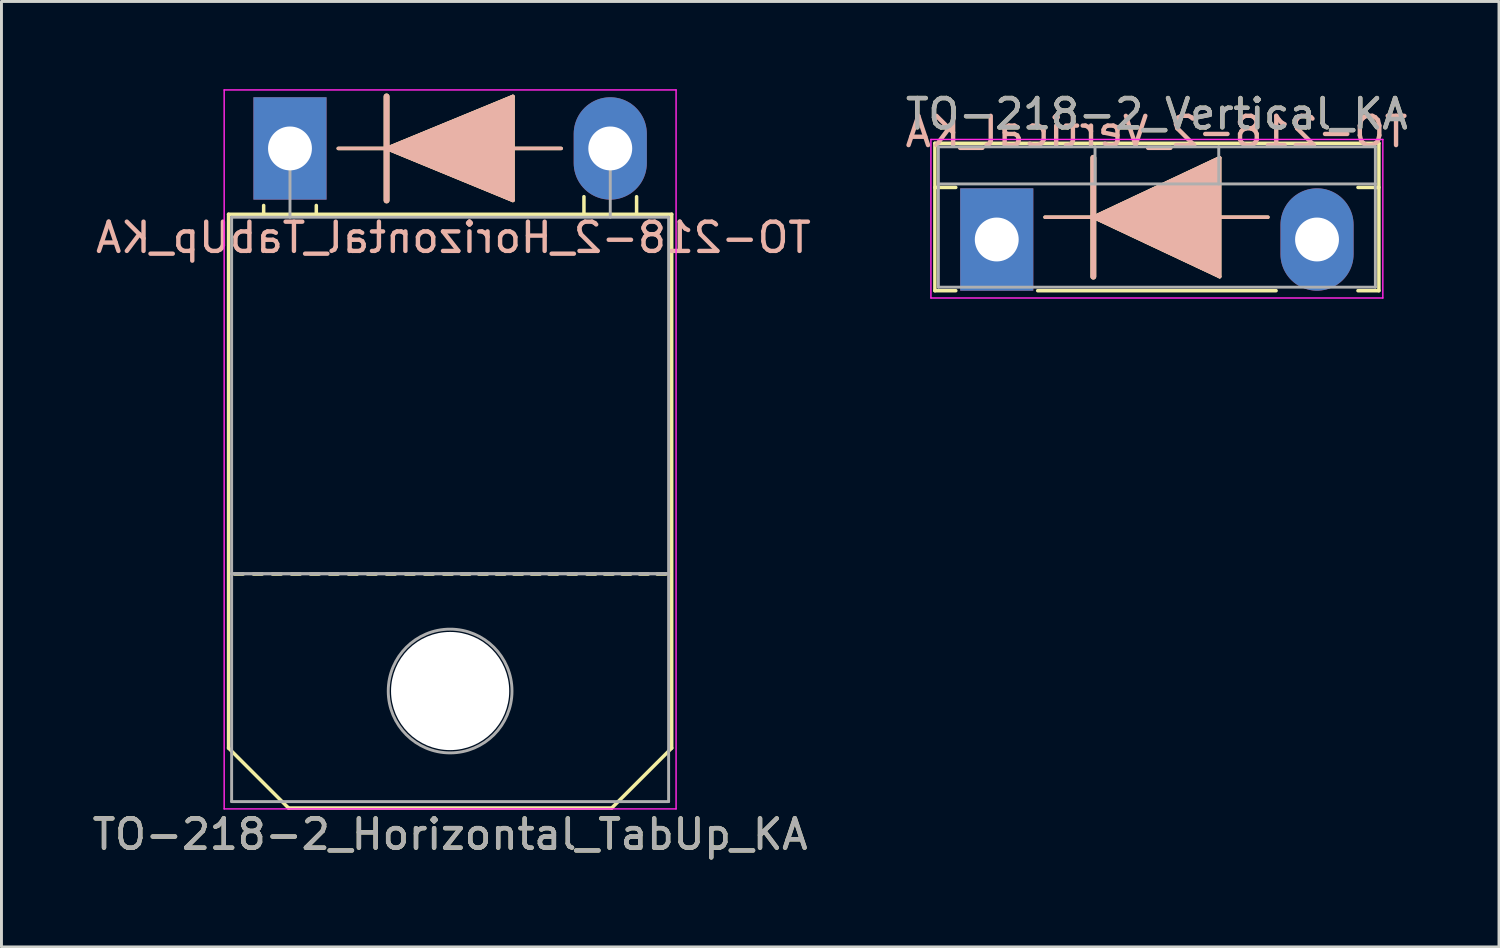
<source format=kicad_pcb>
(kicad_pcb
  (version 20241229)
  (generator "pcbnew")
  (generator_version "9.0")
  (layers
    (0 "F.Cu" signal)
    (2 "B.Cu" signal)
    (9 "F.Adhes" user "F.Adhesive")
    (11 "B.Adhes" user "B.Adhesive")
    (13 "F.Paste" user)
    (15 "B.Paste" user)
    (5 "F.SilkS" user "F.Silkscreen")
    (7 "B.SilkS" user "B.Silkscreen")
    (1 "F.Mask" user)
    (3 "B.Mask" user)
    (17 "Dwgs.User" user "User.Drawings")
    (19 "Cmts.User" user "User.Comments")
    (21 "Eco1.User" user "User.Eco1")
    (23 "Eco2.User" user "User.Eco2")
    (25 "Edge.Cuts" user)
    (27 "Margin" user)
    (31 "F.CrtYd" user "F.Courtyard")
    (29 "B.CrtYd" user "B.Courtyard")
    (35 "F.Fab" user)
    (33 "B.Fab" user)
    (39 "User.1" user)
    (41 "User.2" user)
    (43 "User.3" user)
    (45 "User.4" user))
  (footprint "TO-218-2_Vertical_KA"
    (layer "F.Cu")
    (at 31.027 5.138)
    (property "Reference" "TO-218-2_Vertical_KA" (at 5.475 -4.29 0) (layer "F.SilkS") (effects (font (size 1 1) (thickness 0.15))))
    (fp_line (start -2.115 -3.29) (end -2.115 1.75) (stroke (width 0.12) (type solid)) (layer "F.SilkS"))
    (fp_line (start -2.115 -3.29) (end 13.065 -3.29) (stroke (width 0.12) (type solid)) (layer "F.SilkS"))
    (fp_line (start -2.115 -1.78) (end -1.4 -1.78) (stroke (width 0.12) (type solid)) (layer "F.SilkS"))
    (fp_line (start -2.115 1.75) (end -1.4 1.75) (stroke (width 0.12) (type solid)) (layer "F.SilkS"))
    (fp_line (start 1.4 1.75) (end 9.55 1.75) (stroke (width 0.12) (type solid)) (layer "F.SilkS"))
    (fp_line (start 1.651 -0.762) (end 3.302 -0.762) (stroke (width 0.12) (type solid)) (layer "F.SilkS"))
    (fp_line (start 3.302 -0.762) (end 3.302 -2.794) (stroke (width 0.2) (type solid)) (layer "F.SilkS"))
    (fp_line (start 3.302 -0.762) (end 7.62 -2.794) (stroke (width 0.12) (type solid)) (layer "F.SilkS"))
    (fp_line (start 3.302 1.27) (end 3.302 -0.762) (stroke (width 0.2) (type solid)) (layer "F.SilkS"))
    (fp_line (start 7.62 -2.794) (end 7.62 1.27) (stroke (width 0.12) (type solid)) (layer "F.SilkS"))
    (fp_line (start 7.62 -0.762) (end 9.271 -0.762) (stroke (width 0.12) (type solid)) (layer "F.SilkS"))
    (fp_line (start 7.62 1.27) (end 3.302 -0.762) (stroke (width 0.12) (type solid)) (layer "F.SilkS"))
    (fp_line (start 12.35 -1.78) (end 13.065 -1.78) (stroke (width 0.12) (type solid)) (layer "F.SilkS"))
    (fp_line (start 12.35 1.75) (end 13.065 1.75) (stroke (width 0.12) (type solid)) (layer "F.SilkS"))
    (fp_line (start 13.065 -3.29) (end 13.065 1.75) (stroke (width 0.12) (type solid)) (layer "F.SilkS"))
    (fp_poly (pts (xy 7.62 1.27) (xy 3.302 -0.762) (xy 7.62 -2.794)) (stroke (width 0.1) (type solid)) (fill yes) (layer "F.SilkS"))
    (fp_line (start 1.651 -0.762) (end 3.302 -0.762) (stroke (width 0.12) (type solid)) (layer "B.SilkS"))
    (fp_line (start 3.302 -2.794) (end 3.302 -0.762) (stroke (width 0.2) (type solid)) (layer "B.SilkS"))
    (fp_line (start 3.302 -0.762) (end 3.302 1.27) (stroke (width 0.2) (type solid)) (layer "B.SilkS"))
    (fp_line (start 3.302 -0.762) (end 7.62 1.27) (stroke (width 0.12) (type solid)) (layer "B.SilkS"))
    (fp_line (start 7.62 -2.794) (end 3.302 -0.762) (stroke (width 0.12) (type solid)) (layer "B.SilkS"))
    (fp_line (start 7.62 -0.762) (end 9.271 -0.762) (stroke (width 0.12) (type solid)) (layer "B.SilkS"))
    (fp_line (start 7.62 1.27) (end 7.62 -2.794) (stroke (width 0.12) (type solid)) (layer "B.SilkS"))
    (fp_poly (pts (xy 7.62 -2.794) (xy 3.302 -0.762) (xy 7.62 1.27)) (stroke (width 0.1) (type solid)) (fill yes) (layer "B.SilkS"))
    (fp_line (start -2.25 -3.42) (end -2.25 2) (stroke (width 0.05) (type solid)) (layer "F.CrtYd"))
    (fp_line (start -2.25 2) (end 13.2 2) (stroke (width 0.05) (type solid)) (layer "F.CrtYd"))
    (fp_line (start 13.2 -3.42) (end -2.25 -3.42) (stroke (width 0.05) (type solid)) (layer "F.CrtYd"))
    (fp_line (start 13.2 2) (end 13.2 -3.42) (stroke (width 0.05) (type solid)) (layer "F.CrtYd"))
    (fp_line (start -1.995 -3.17) (end -1.995 1.63) (stroke (width 0.1) (type solid)) (layer "F.Fab"))
    (fp_line (start -1.995 -1.9) (end 12.945 -1.9) (stroke (width 0.1) (type solid)) (layer "F.Fab"))
    (fp_line (start -1.995 1.63) (end 12.945 1.63) (stroke (width 0.1) (type solid)) (layer "F.Fab"))
    (fp_line (start 3.36 -3.17) (end 3.36 -1.9) (stroke (width 0.1) (type solid)) (layer "F.Fab"))
    (fp_line (start 7.59 -3.17) (end 7.59 -1.9) (stroke (width 0.1) (type solid)) (layer "F.Fab"))
    (fp_line (start 12.945 -3.17) (end -1.995 -3.17) (stroke (width 0.1) (type solid)) (layer "F.Fab"))
    (fp_line (start 12.945 1.63) (end 12.945 -3.17) (stroke (width 0.1) (type solid)) (layer "F.Fab"))
    (fp_text user "${REFERENCE}" (at 5.461 -3.683 0) (layer "B.SilkS") (effects (font (size 1 1) (thickness 0.15)) (justify mirror)))
    (fp_text user "${REFERENCE}" (at 5.475 -4.29 0) (layer "F.Fab") (effects (font (size 1 1) (thickness 0.15))))
    (pad "1" thru_hole rect (at 0 0) (size 2.5 3.5) (drill 1.5) (layers "*.Cu" "*.Mask"))
    (pad "2" thru_hole oval (at 10.95 0) (size 2.5 3.5) (drill 1.5) (layers "*.Cu" "*.Mask")))
  (footprint "TO-218-2_Horizontal_TabUp_KA"
    (layer "F.Cu")
    (at 6.864 2.025)
    (property "Reference" "TO-218-2_Horizontal_TabUp_KA" (at 5.475 23.45 0) (layer "F.SilkS") (effects (font (size 1 1) (thickness 0.15))))
    (fp_line (start -2.1 2.25) (end 13.05 2.25) (stroke (width 0.12) (type solid)) (layer "F.SilkS"))
    (fp_line (start -2.1 20.5) (end -2.1 2.25) (stroke (width 0.12) (type solid)) (layer "F.SilkS"))
    (fp_line (start -2.1 20.5) (end -0.05 22.55) (stroke (width 0.12) (type solid)) (layer "F.SilkS"))
    (fp_line (start -1.6 14.55) (end -1.9 14.55) (stroke (width 0.12) (type solid)) (layer "F.SilkS"))
    (fp_line (start -0.95 14.55) (end -1.25 14.55) (stroke (width 0.12) (type solid)) (layer "F.SilkS"))
    (fp_line (start -0.9 2.2) (end -0.9 1.95) (stroke (width 0.12) (type solid)) (layer "F.SilkS"))
    (fp_line (start -0.3 14.55) (end -0.6 14.55) (stroke (width 0.12) (type solid)) (layer "F.SilkS"))
    (fp_line (start 0.35 14.55) (end 0.05 14.55) (stroke (width 0.12) (type solid)) (layer "F.SilkS"))
    (fp_line (start 0.9 2.2) (end 0.9 1.95) (stroke (width 0.12) (type solid)) (layer "F.SilkS"))
    (fp_line (start 1 14.55) (end 0.7 14.55) (stroke (width 0.12) (type solid)) (layer "F.SilkS"))
    (fp_line (start 1.65 14.55) (end 1.35 14.55) (stroke (width 0.12) (type solid)) (layer "F.SilkS"))
    (fp_line (start 1.651 0) (end 3.302 0) (stroke (width 0.12) (type solid)) (layer "F.SilkS"))
    (fp_line (start 2.3 14.55) (end 2 14.55) (stroke (width 0.12) (type solid)) (layer "F.SilkS"))
    (fp_line (start 2.95 14.55) (end 2.65 14.55) (stroke (width 0.12) (type solid)) (layer "F.SilkS"))
    (fp_line (start 3.302 0) (end 3.302 -1.778) (stroke (width 0.2) (type solid)) (layer "F.SilkS"))
    (fp_line (start 3.302 0) (end 7.62 -1.778) (stroke (width 0.12) (type solid)) (layer "F.SilkS"))
    (fp_line (start 3.302 1.778) (end 3.302 0) (stroke (width 0.2) (type solid)) (layer "F.SilkS"))
    (fp_line (start 3.6 14.55) (end 3.3 14.55) (stroke (width 0.12) (type solid)) (layer "F.SilkS"))
    (fp_line (start 4.25 14.55) (end 3.95 14.55) (stroke (width 0.12) (type solid)) (layer "F.SilkS"))
    (fp_line (start 4.9 14.55) (end 4.6 14.55) (stroke (width 0.12) (type solid)) (layer "F.SilkS"))
    (fp_line (start 5.55 14.55) (end 5.25 14.55) (stroke (width 0.12) (type solid)) (layer "F.SilkS"))
    (fp_line (start 6.15 14.55) (end 5.85 14.55) (stroke (width 0.12) (type solid)) (layer "F.SilkS"))
    (fp_line (start 6.75 14.55) (end 6.45 14.55) (stroke (width 0.12) (type solid)) (layer "F.SilkS"))
    (fp_line (start 7.35 14.55) (end 7.05 14.55) (stroke (width 0.12) (type solid)) (layer "F.SilkS"))
    (fp_line (start 7.62 -1.778) (end 7.62 1.778) (stroke (width 0.12) (type solid)) (layer "F.SilkS"))
    (fp_line (start 7.62 0) (end 9.271 0) (stroke (width 0.12) (type solid)) (layer "F.SilkS"))
    (fp_line (start 7.62 1.778) (end 3.302 0) (stroke (width 0.12) (type solid)) (layer "F.SilkS"))
    (fp_line (start 7.95 14.55) (end 7.65 14.55) (stroke (width 0.12) (type solid)) (layer "F.SilkS"))
    (fp_line (start 8.55 14.55) (end 8.25 14.55) (stroke (width 0.12) (type solid)) (layer "F.SilkS"))
    (fp_line (start 9.15 14.55) (end 8.85 14.55) (stroke (width 0.12) (type solid)) (layer "F.SilkS"))
    (fp_line (start 9.8 14.55) (end 9.5 14.55) (stroke (width 0.12) (type solid)) (layer "F.SilkS"))
    (fp_line (start 10.05 2.2) (end 10.05 1.65) (stroke (width 0.12) (type solid)) (layer "F.SilkS"))
    (fp_line (start 10.45 14.55) (end 10.15 14.55) (stroke (width 0.12) (type solid)) (layer "F.SilkS"))
    (fp_line (start 11 22.55) (end -0.05 22.55) (stroke (width 0.12) (type solid)) (layer "F.SilkS"))
    (fp_line (start 11.05 14.55) (end 10.75 14.55) (stroke (width 0.12) (type solid)) (layer "F.SilkS"))
    (fp_line (start 11.65 14.55) (end 11.35 14.55) (stroke (width 0.12) (type solid)) (layer "F.SilkS"))
    (fp_line (start 11.85 2.2) (end 11.85 1.65) (stroke (width 0.12) (type solid)) (layer "F.SilkS"))
    (fp_line (start 12.25 14.55) (end 11.95 14.55) (stroke (width 0.12) (type solid)) (layer "F.SilkS"))
    (fp_line (start 12.85 14.55) (end 12.55 14.55) (stroke (width 0.12) (type solid)) (layer "F.SilkS"))
    (fp_line (start 13.05 2.25) (end 13.05 20.5) (stroke (width 0.12) (type solid)) (layer "F.SilkS"))
    (fp_line (start 13.05 20.5) (end 11 22.55) (stroke (width 0.12) (type solid)) (layer "F.SilkS"))
    (fp_poly (pts (xy 7.62 1.778) (xy 3.302 0) (xy 7.62 -1.778)) (stroke (width 0.1) (type solid)) (fill yes) (layer "F.SilkS"))
    (fp_line (start 1.651 0) (end 3.302 0) (stroke (width 0.12) (type solid)) (layer "B.SilkS"))
    (fp_line (start 3.302 -1.778) (end 3.302 0) (stroke (width 0.2) (type solid)) (layer "B.SilkS"))
    (fp_line (start 3.302 0) (end 3.302 1.778) (stroke (width 0.2) (type solid)) (layer "B.SilkS"))
    (fp_line (start 3.302 0) (end 7.62 1.778) (stroke (width 0.12) (type solid)) (layer "B.SilkS"))
    (fp_line (start 7.62 -1.778) (end 3.302 0) (stroke (width 0.12) (type solid)) (layer "B.SilkS"))
    (fp_line (start 7.62 0) (end 9.271 0) (stroke (width 0.12) (type solid)) (layer "B.SilkS"))
    (fp_line (start 7.62 1.778) (end 7.62 -1.778) (stroke (width 0.12) (type solid)) (layer "B.SilkS"))
    (fp_poly (pts (xy 7.62 -1.778) (xy 3.302 0) (xy 7.62 1.778)) (stroke (width 0.1) (type solid)) (fill yes) (layer "B.SilkS"))
    (fp_line (start -2.25 -2) (end -2.25 22.58) (stroke (width 0.05) (type solid)) (layer "F.CrtYd"))
    (fp_line (start -2.25 22.58) (end 13.2 22.58) (stroke (width 0.05) (type solid)) (layer "F.CrtYd"))
    (fp_line (start 13.2 -2) (end -2.25 -2) (stroke (width 0.05) (type solid)) (layer "F.CrtYd"))
    (fp_line (start 13.2 22.58) (end 13.2 -2) (stroke (width 0.05) (type solid)) (layer "F.CrtYd"))
    (fp_line (start -1.995 2.35) (end -1.995 14.54) (stroke (width 0.1) (type solid)) (layer "F.Fab"))
    (fp_line (start -1.995 14.54) (end -1.995 22.33) (stroke (width 0.1) (type solid)) (layer "F.Fab"))
    (fp_line (start -1.995 14.54) (end 12.945 14.54) (stroke (width 0.1) (type solid)) (layer "F.Fab"))
    (fp_line (start -1.995 22.33) (end 12.945 22.33) (stroke (width 0.1) (type solid)) (layer "F.Fab"))
    (fp_line (start 0 2.35) (end 0 0) (stroke (width 0.1) (type solid)) (layer "F.Fab"))
    (fp_line (start 10.95 2.35) (end 10.95 0) (stroke (width 0.1) (type solid)) (layer "F.Fab"))
    (fp_line (start 12.945 2.35) (end -1.995 2.35) (stroke (width 0.1) (type solid)) (layer "F.Fab"))
    (fp_line (start 12.945 14.54) (end -1.995 14.54) (stroke (width 0.1) (type solid)) (layer "F.Fab"))
    (fp_line (start 12.945 14.54) (end 12.945 2.35) (stroke (width 0.1) (type solid)) (layer "F.Fab"))
    (fp_line (start 12.945 22.33) (end 12.945 14.54) (stroke (width 0.1) (type solid)) (layer "F.Fab"))
    (fp_circle (center 5.475 18.55) (end 7.59 18.55) (stroke (width 0.1) (type solid)) (fill no) (layer "F.Fab"))
    (fp_text user "${REFERENCE}" (at 5.588 3.048 0) (layer "B.SilkS") (effects (font (size 1 1) (thickness 0.15)) (justify mirror)))
    (fp_text user "${REFERENCE}" (at 5.475 23.45 0) (layer "F.Fab") (effects (font (size 1 1) (thickness 0.15))))
    (pad "" np_thru_hole oval (at 5.475 18.55) (size 4.04 4.04) (drill 4.04) (layers "*.Cu" "*.Mask"))
    (pad "1" thru_hole rect (at 0 0) (size 2.5 3.5) (drill 1.5) (layers "*.Cu" "*.Mask"))
    (pad "2" thru_hole oval (at 10.95 0) (size 2.5 3.5) (drill 1.5) (layers "*.Cu" "*.Mask")))
  (gr_rect
    (start -3 -3)
    (end 48.198 29.323)
    (stroke (width 0.1) (type default))
    (fill no)
    (layer "Edge.Cuts")))
</source>
